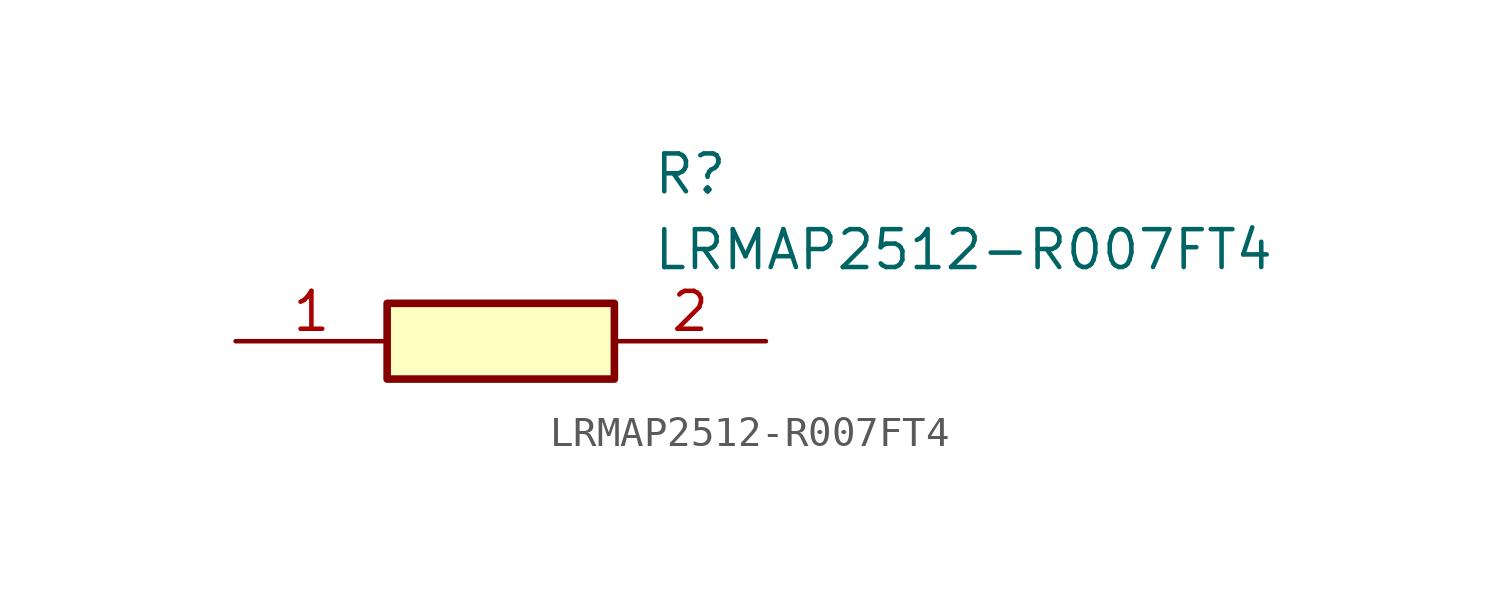
<source format=kicad_sym>
(kicad_symbol_lib
  (version 20211014)
  (generator SamacSys_ECAD_Model)
  (symbol "LRMAP2512-R007FT4"
    (pin_names hide)
    (property "Reference" "R"
      (at 13.97 6.35 0)
      (effects (font (size 1.27 1.27)) (justify left top)))
    (property "Value" "LRMAP2512-R007FT4"
      (at 13.97 3.81 0)
      (effects (font (size 1.27 1.27)) (justify left top)))
    (rectangle
      (start 5.08 1.27)
      (end 12.7 -1.27)
      (stroke (width 0.254) (type default))
      (fill (type background)))
    (pin passive line
      (at 0 0 0)
      (length 5.08)
      (name "1" (effects (font (size 1.27 1.27))))
      (number "1" (effects (font (size 1.27 1.27)))))
    (pin passive line
      (at 17.78 0 180)
      (length 5.08)
      (name "2" (effects (font (size 1.27 1.27))))
      (number "2" (effects (font (size 1.27 1.27)))))))
</source>
